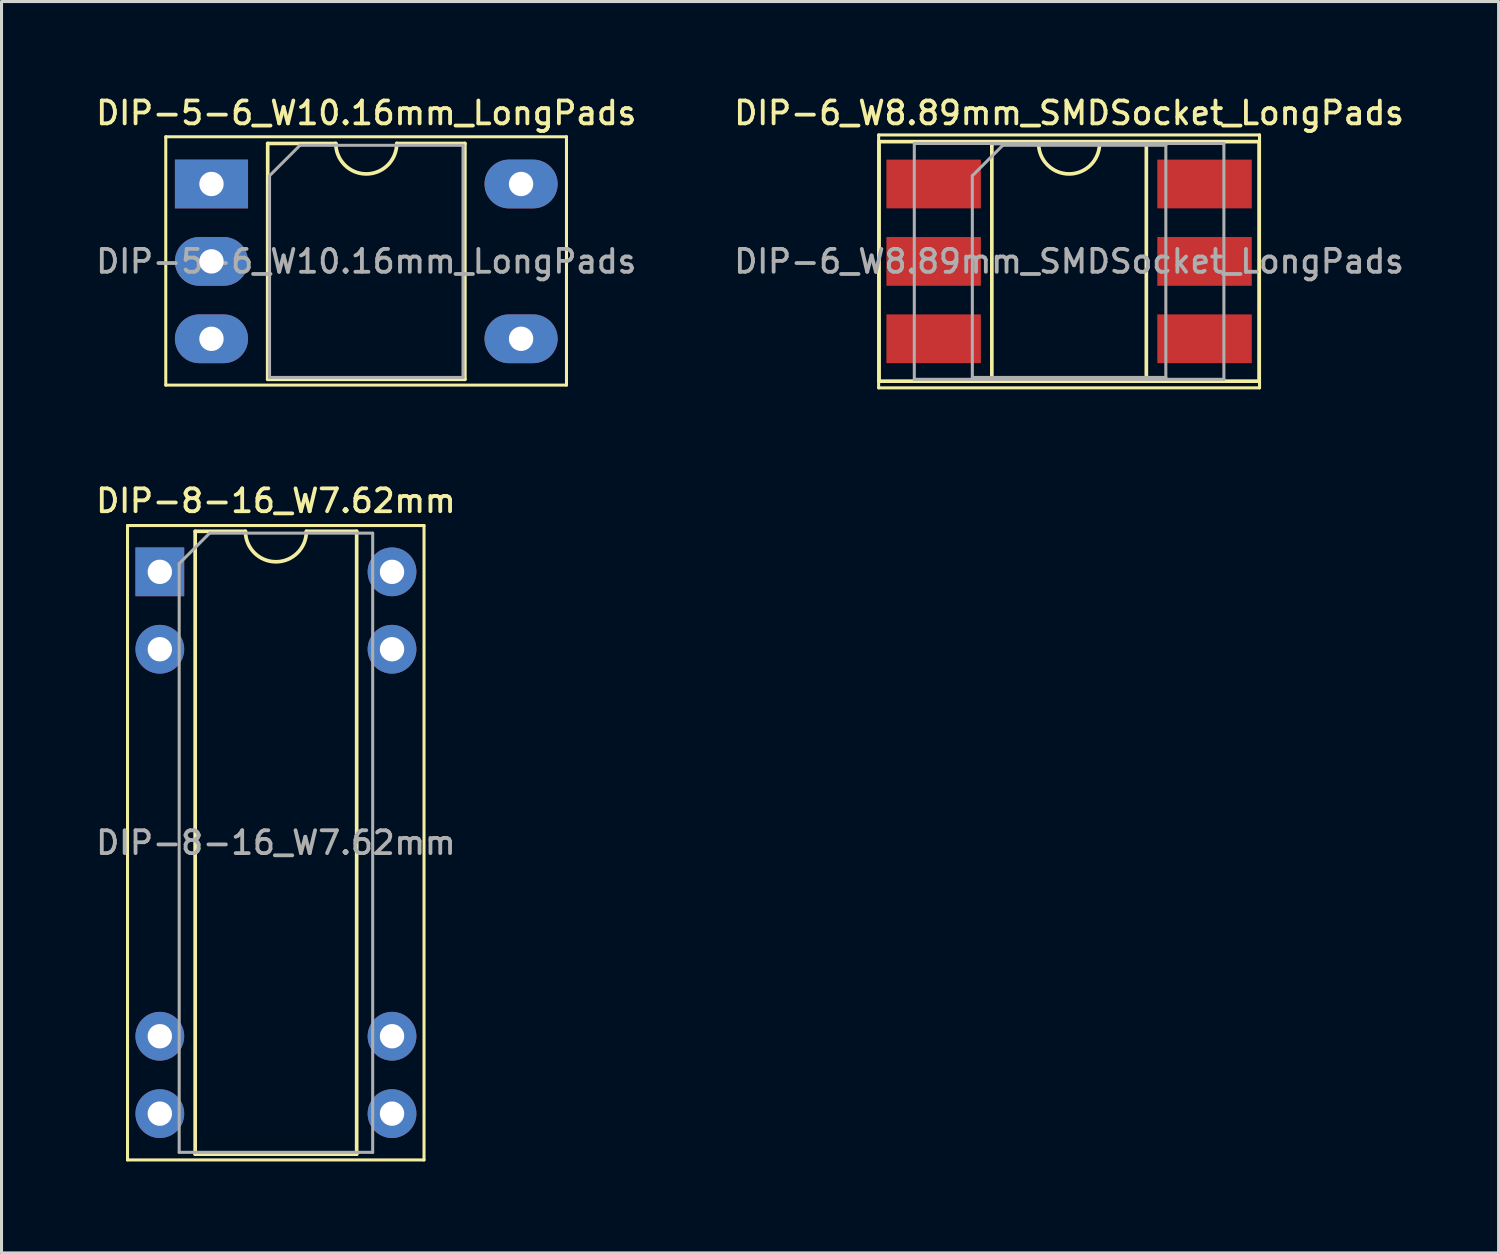
<source format=kicad_pcb>
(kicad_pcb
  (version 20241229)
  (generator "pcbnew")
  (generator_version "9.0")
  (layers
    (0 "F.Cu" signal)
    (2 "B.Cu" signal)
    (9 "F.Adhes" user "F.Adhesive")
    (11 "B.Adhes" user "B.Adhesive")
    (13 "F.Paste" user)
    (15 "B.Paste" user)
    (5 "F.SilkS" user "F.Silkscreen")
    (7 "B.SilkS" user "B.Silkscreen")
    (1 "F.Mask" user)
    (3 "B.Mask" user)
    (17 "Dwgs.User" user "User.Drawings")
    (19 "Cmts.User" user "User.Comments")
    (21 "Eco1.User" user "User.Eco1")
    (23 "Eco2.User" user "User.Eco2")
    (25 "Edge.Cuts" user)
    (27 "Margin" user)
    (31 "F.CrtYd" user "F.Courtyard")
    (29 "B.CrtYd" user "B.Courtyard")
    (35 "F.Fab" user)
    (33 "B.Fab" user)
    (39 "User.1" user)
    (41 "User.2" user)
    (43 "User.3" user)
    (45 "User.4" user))
  (footprint "DIP-8-16_W7.62mm"
    (layer "F.Cu")
    (at 2.195 15.716)
    (property "Reference" "DIP-8-16_W7.62mm" (at 3.81 -2.33 0) (layer "F.SilkS") (effects (font (size 0.75 0.75) (thickness 0.125))))
    (attr through_hole)
    (fp_line (start -1.06 -1.52) (end -1.06 19.3) (stroke (width 0.1) (type solid)) (layer "F.SilkS"))
    (fp_line (start -1.06 19.3) (end 8.67 19.3) (stroke (width 0.1) (type solid)) (layer "F.SilkS"))
    (fp_line (start 1.16 -1.33) (end 1.16 19.11) (stroke (width 0.12) (type solid)) (layer "F.SilkS"))
    (fp_line (start 1.16 19.11) (end 6.46 19.11) (stroke (width 0.12) (type solid)) (layer "F.SilkS"))
    (fp_line (start 2.81 -1.33) (end 1.16 -1.33) (stroke (width 0.12) (type solid)) (layer "F.SilkS"))
    (fp_line (start 6.46 -1.33) (end 4.81 -1.33) (stroke (width 0.12) (type solid)) (layer "F.SilkS"))
    (fp_line (start 6.46 19.11) (end 6.46 -1.33) (stroke (width 0.12) (type solid)) (layer "F.SilkS"))
    (fp_line (start 8.67 -1.52) (end -1.06 -1.52) (stroke (width 0.1) (type solid)) (layer "F.SilkS"))
    (fp_line (start 8.67 19.3) (end 8.67 -1.52) (stroke (width 0.1) (type solid)) (layer "F.SilkS"))
    (fp_arc (start 4.81 -1.33) (mid 3.81 -0.33) (end 2.81 -1.33) (stroke (width 0.12) (type solid)) (layer "F.SilkS"))
    (fp_line (start 0.635 -0.27) (end 1.635 -1.27) (stroke (width 0.1) (type solid)) (layer "F.Fab"))
    (fp_line (start 0.635 19.05) (end 0.635 -0.27) (stroke (width 0.1) (type solid)) (layer "F.Fab"))
    (fp_line (start 1.635 -1.27) (end 6.985 -1.27) (stroke (width 0.1) (type solid)) (layer "F.Fab"))
    (fp_line (start 6.985 -1.27) (end 6.985 19.05) (stroke (width 0.1) (type solid)) (layer "F.Fab"))
    (fp_line (start 6.985 19.05) (end 0.635 19.05) (stroke (width 0.1) (type solid)) (layer "F.Fab"))
    (fp_text user "${REFERENCE}" (at 3.81 8.89 0) (layer "F.Fab") (effects (font (size 0.75 0.75) (thickness 0.125))))
    (pad "1" thru_hole rect (at 0 0) (size 1.6 1.6) (drill 0.8) (layers "*.Cu" "*.Mask"))
    (pad "2" thru_hole circle (at 0 2.54) (size 1.6 1.6) (drill 0.8) (layers "*.Cu" "*.Mask"))
    (pad "3" thru_hole circle (at 0 15.24) (size 1.6 1.6) (drill 0.8) (layers "*.Cu" "*.Mask"))
    (pad "4" thru_hole circle (at 0 17.78) (size 1.6 1.6) (drill 0.8) (layers "*.Cu" "*.Mask"))
    (pad "5" thru_hole circle (at 7.62 17.78) (size 1.6 1.6) (drill 0.8) (layers "*.Cu" "*.Mask"))
    (pad "6" thru_hole circle (at 7.62 15.24) (size 1.6 1.6) (drill 0.8) (layers "*.Cu" "*.Mask"))
    (pad "7" thru_hole circle (at 7.62 2.54) (size 1.6 1.6) (drill 0.8) (layers "*.Cu" "*.Mask"))
    (pad "8" thru_hole circle (at 7.62 0) (size 1.6 1.6) (drill 0.8) (layers "*.Cu" "*.Mask")))
  (footprint "DIP-6_W8.89mm_SMDSocket_LongPads"
    (layer "F.Cu")
    (at 32.034 5.528)
    (property "Reference" "DIP-6_W8.89mm_SMDSocket_LongPads" (at 0 -4.87 0) (layer "F.SilkS") (effects (font (size 0.75 0.75) (thickness 0.125))))
    (attr smd)
    (fp_line (start -6.25 -4.15) (end -6.25 4.15) (stroke (width 0.1) (type solid)) (layer "F.SilkS"))
    (fp_line (start -6.25 4.15) (end 6.25 4.15) (stroke (width 0.1) (type solid)) (layer "F.SilkS"))
    (fp_line (start -6.235 -3.93) (end -6.235 3.93) (stroke (width 0.12) (type solid)) (layer "F.SilkS"))
    (fp_line (start -6.235 3.93) (end 6.235 3.93) (stroke (width 0.12) (type solid)) (layer "F.SilkS"))
    (fp_line (start -2.535 -3.87) (end -2.535 3.87) (stroke (width 0.12) (type solid)) (layer "F.SilkS"))
    (fp_line (start -2.535 3.87) (end 2.535 3.87) (stroke (width 0.12) (type solid)) (layer "F.SilkS"))
    (fp_line (start -1 -3.87) (end -2.535 -3.87) (stroke (width 0.12) (type solid)) (layer "F.SilkS"))
    (fp_line (start 2.535 -3.87) (end 1 -3.87) (stroke (width 0.12) (type solid)) (layer "F.SilkS"))
    (fp_line (start 2.535 3.87) (end 2.535 -3.87) (stroke (width 0.12) (type solid)) (layer "F.SilkS"))
    (fp_line (start 6.235 -3.93) (end -6.235 -3.93) (stroke (width 0.12) (type solid)) (layer "F.SilkS"))
    (fp_line (start 6.235 3.93) (end 6.235 -3.93) (stroke (width 0.12) (type solid)) (layer "F.SilkS"))
    (fp_line (start 6.25 -4.15) (end -6.25 -4.15) (stroke (width 0.1) (type solid)) (layer "F.SilkS"))
    (fp_line (start 6.25 4.15) (end 6.25 -4.15) (stroke (width 0.1) (type solid)) (layer "F.SilkS"))
    (fp_arc (start 1 -3.87) (mid 0 -2.87) (end -1 -3.87) (stroke (width 0.12) (type solid)) (layer "F.SilkS"))
    (fp_line (start -5.08 -3.87) (end -5.08 3.87) (stroke (width 0.1) (type solid)) (layer "F.Fab"))
    (fp_line (start -5.08 3.87) (end 5.08 3.87) (stroke (width 0.1) (type solid)) (layer "F.Fab"))
    (fp_line (start -3.175 -2.81) (end -2.175 -3.81) (stroke (width 0.1) (type solid)) (layer "F.Fab"))
    (fp_line (start -3.175 3.81) (end -3.175 -2.81) (stroke (width 0.1) (type solid)) (layer "F.Fab"))
    (fp_line (start -2.175 -3.81) (end 3.175 -3.81) (stroke (width 0.1) (type solid)) (layer "F.Fab"))
    (fp_line (start 3.175 -3.81) (end 3.175 3.81) (stroke (width 0.1) (type solid)) (layer "F.Fab"))
    (fp_line (start 3.175 3.81) (end -3.175 3.81) (stroke (width 0.1) (type solid)) (layer "F.Fab"))
    (fp_line (start 5.08 -3.87) (end -5.08 -3.87) (stroke (width 0.1) (type solid)) (layer "F.Fab"))
    (fp_line (start 5.08 3.87) (end 5.08 -3.87) (stroke (width 0.1) (type solid)) (layer "F.Fab"))
    (fp_text user "${REFERENCE}" (at 0 0 0) (layer "F.Fab") (effects (font (size 0.75 0.75) (thickness 0.125))))
    (pad "1" smd rect (at -4.445 -2.54) (size 3.1 1.6) (layers "F.Cu" "F.Mask" "F.Paste"))
    (pad "2" smd rect (at -4.445 0) (size 3.1 1.6) (layers "F.Cu" "F.Mask" "F.Paste"))
    (pad "3" smd rect (at -4.445 2.54) (size 3.1 1.6) (layers "F.Cu" "F.Mask" "F.Paste"))
    (pad "4" smd rect (at 4.445 2.54) (size 3.1 1.6) (layers "F.Cu" "F.Mask" "F.Paste"))
    (pad "5" smd rect (at 4.445 0) (size 3.1 1.6) (layers "F.Cu" "F.Mask" "F.Paste"))
    (pad "6" smd rect (at 4.445 -2.54) (size 3.1 1.6) (layers "F.Cu" "F.Mask" "F.Paste")))
  (footprint "DIP-5-6_W10.16mm_LongPads"
    (layer "F.Cu")
    (at 3.89 2.988)
    (property "Reference" "DIP-5-6_W10.16mm_LongPads" (at 5.08 -2.33 0) (layer "F.SilkS") (effects (font (size 0.75 0.75) (thickness 0.125))))
    (attr through_hole)
    (fp_line (start -1.5 -1.55) (end -1.5 6.6) (stroke (width 0.1) (type solid)) (layer "F.SilkS"))
    (fp_line (start -1.5 6.6) (end 11.65 6.6) (stroke (width 0.1) (type solid)) (layer "F.SilkS"))
    (fp_line (start 1.845 -1.33) (end 1.845 6.41) (stroke (width 0.12) (type solid)) (layer "F.SilkS"))
    (fp_line (start 1.845 6.41) (end 8.315 6.41) (stroke (width 0.12) (type solid)) (layer "F.SilkS"))
    (fp_line (start 4.08 -1.33) (end 1.845 -1.33) (stroke (width 0.12) (type solid)) (layer "F.SilkS"))
    (fp_line (start 8.315 -1.33) (end 6.08 -1.33) (stroke (width 0.12) (type solid)) (layer "F.SilkS"))
    (fp_line (start 8.315 6.41) (end 8.315 -1.33) (stroke (width 0.12) (type solid)) (layer "F.SilkS"))
    (fp_line (start 11.65 -1.55) (end -1.5 -1.55) (stroke (width 0.1) (type solid)) (layer "F.SilkS"))
    (fp_line (start 11.65 6.6) (end 11.65 -1.55) (stroke (width 0.1) (type solid)) (layer "F.SilkS"))
    (fp_arc (start 6.08 -1.33) (mid 5.08 -0.33) (end 4.08 -1.33) (stroke (width 0.12) (type solid)) (layer "F.SilkS"))
    (fp_line (start 1.905 -0.27) (end 2.905 -1.27) (stroke (width 0.1) (type solid)) (layer "F.Fab"))
    (fp_line (start 1.905 6.35) (end 1.905 -0.27) (stroke (width 0.1) (type solid)) (layer "F.Fab"))
    (fp_line (start 2.905 -1.27) (end 8.255 -1.27) (stroke (width 0.1) (type solid)) (layer "F.Fab"))
    (fp_line (start 8.255 -1.27) (end 8.255 6.35) (stroke (width 0.1) (type solid)) (layer "F.Fab"))
    (fp_line (start 8.255 6.35) (end 1.905 6.35) (stroke (width 0.1) (type solid)) (layer "F.Fab"))
    (fp_text user "${REFERENCE}" (at 5.08 2.54 0) (layer "F.Fab") (effects (font (size 0.75 0.75) (thickness 0.125))))
    (pad "1" thru_hole rect (at 0 0) (size 2.4 1.6) (drill 0.8) (layers "*.Cu" "*.Mask"))
    (pad "2" thru_hole oval (at 0 2.54) (size 2.4 1.6) (drill 0.8) (layers "*.Cu" "*.Mask"))
    (pad "3" thru_hole oval (at 0 5.08) (size 2.4 1.6) (drill 0.8) (layers "*.Cu" "*.Mask"))
    (pad "4" thru_hole oval (at 10.16 5.08) (size 2.4 1.6) (drill 0.8) (layers "*.Cu" "*.Mask"))
    (pad "6" thru_hole oval (at 10.16 0) (size 2.4 1.6) (drill 0.8) (layers "*.Cu" "*.Mask")))
  (gr_rect
    (start -3 -3)
    (end 46.129 38.066)
    (stroke (width 0.1) (type default))
    (fill no)
    (layer "Edge.Cuts")))
</source>
